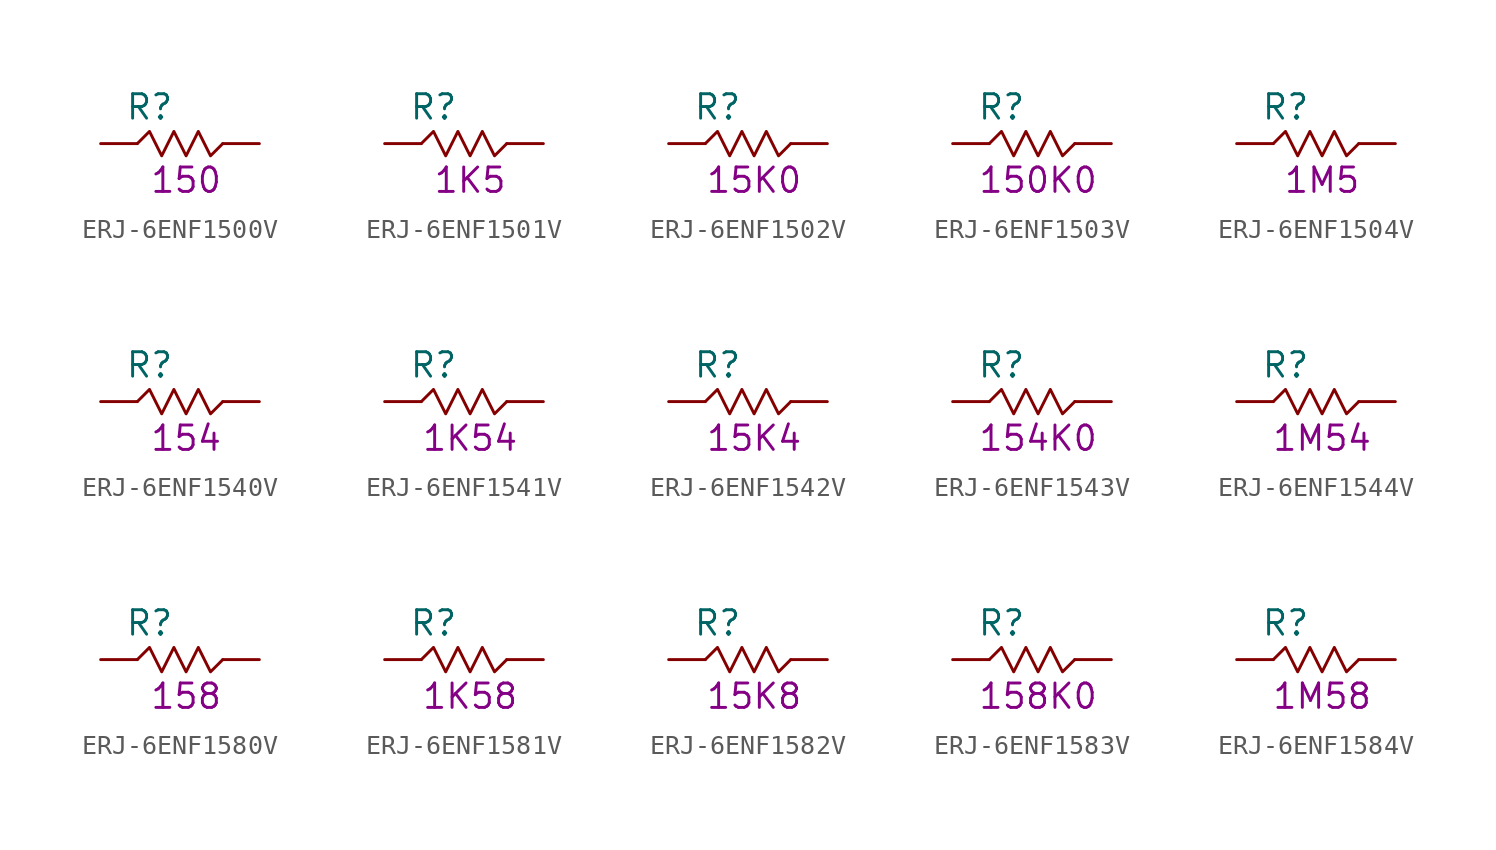
<source format=kicad_sym>
(kicad_symbol_lib
  (version 20211014)
  (generator KiCadLib_py)
  (symbol "ERJ-6ENF1500V"
    (pin_numbers hide)
    (pin_names hide)
    (property "Reference" "R"
      (at -1.905 1.905 0)
      (effects (font (size 1.27 1.27))))
    (property "Val" "150"
      (at 0 -1.905 0)
      (effects (font (size 1.27 1.27))))
    (symbol "ERJ-6ENF1500V_0_1"
      (polyline (pts (xy -2.54 0) (xy -1.905 0.635) (xy -1.27 -0.635) (xy -0.635 0.635) (xy 0 -0.635) (xy 0.635 0.635) (xy 1.27 -0.635) (xy 1.905 0)) (stroke (width 0) (type default) (color 0 0 0 0)) (fill (type none))))
    (symbol "ERJ-6ENF1500V_1_1"
      (pin passive line (at -4.445 0 0) (length 1.905) (name "~" (effects (font (size 1.27 1.27)))) (number "1" (effects (font (size 1.27 1.27)))))
      (pin passive line (at 3.81 0 180) (length 1.905) (name "~" (effects (font (size 1.27 1.27)))) (number "2" (effects (font (size 1.27 1.27)))))))
  (symbol "ERJ-6ENF1501V"
    (pin_numbers hide)
    (pin_names hide)
    (property "Reference" "R"
      (at -1.905 1.905 0)
      (effects (font (size 1.27 1.27))))
    (property "Val" "1K5"
      (at 0 -1.905 0)
      (effects (font (size 1.27 1.27))))
    (symbol "ERJ-6ENF1501V_0_1"
      (polyline (pts (xy -2.54 0) (xy -1.905 0.635) (xy -1.27 -0.635) (xy -0.635 0.635) (xy 0 -0.635) (xy 0.635 0.635) (xy 1.27 -0.635) (xy 1.905 0)) (stroke (width 0) (type default) (color 0 0 0 0)) (fill (type none))))
    (symbol "ERJ-6ENF1501V_1_1"
      (pin passive line (at -4.445 0 0) (length 1.905) (name "~" (effects (font (size 1.27 1.27)))) (number "1" (effects (font (size 1.27 1.27)))))
      (pin passive line (at 3.81 0 180) (length 1.905) (name "~" (effects (font (size 1.27 1.27)))) (number "2" (effects (font (size 1.27 1.27)))))))
  (symbol "ERJ-6ENF1502V"
    (pin_numbers hide)
    (pin_names hide)
    (property "Reference" "R"
      (at -1.905 1.905 0)
      (effects (font (size 1.27 1.27))))
    (property "Val" "15K0"
      (at 0 -1.905 0)
      (effects (font (size 1.27 1.27))))
    (symbol "ERJ-6ENF1502V_0_1"
      (polyline (pts (xy -2.54 0) (xy -1.905 0.635) (xy -1.27 -0.635) (xy -0.635 0.635) (xy 0 -0.635) (xy 0.635 0.635) (xy 1.27 -0.635) (xy 1.905 0)) (stroke (width 0) (type default) (color 0 0 0 0)) (fill (type none))))
    (symbol "ERJ-6ENF1502V_1_1"
      (pin passive line (at -4.445 0 0) (length 1.905) (name "~" (effects (font (size 1.27 1.27)))) (number "1" (effects (font (size 1.27 1.27)))))
      (pin passive line (at 3.81 0 180) (length 1.905) (name "~" (effects (font (size 1.27 1.27)))) (number "2" (effects (font (size 1.27 1.27)))))))
  (symbol "ERJ-6ENF1503V"
    (pin_numbers hide)
    (pin_names hide)
    (property "Reference" "R"
      (at -1.905 1.905 0)
      (effects (font (size 1.27 1.27))))
    (property "Val" "150K0"
      (at 0 -1.905 0)
      (effects (font (size 1.27 1.27))))
    (symbol "ERJ-6ENF1503V_0_1"
      (polyline (pts (xy -2.54 0) (xy -1.905 0.635) (xy -1.27 -0.635) (xy -0.635 0.635) (xy 0 -0.635) (xy 0.635 0.635) (xy 1.27 -0.635) (xy 1.905 0)) (stroke (width 0) (type default) (color 0 0 0 0)) (fill (type none))))
    (symbol "ERJ-6ENF1503V_1_1"
      (pin passive line (at -4.445 0 0) (length 1.905) (name "~" (effects (font (size 1.27 1.27)))) (number "1" (effects (font (size 1.27 1.27)))))
      (pin passive line (at 3.81 0 180) (length 1.905) (name "~" (effects (font (size 1.27 1.27)))) (number "2" (effects (font (size 1.27 1.27)))))))
  (symbol "ERJ-6ENF1504V"
    (pin_numbers hide)
    (pin_names hide)
    (property "Reference" "R"
      (at -1.905 1.905 0)
      (effects (font (size 1.27 1.27))))
    (property "Val" "1M5"
      (at 0 -1.905 0)
      (effects (font (size 1.27 1.27))))
    (symbol "ERJ-6ENF1504V_0_1"
      (polyline (pts (xy -2.54 0) (xy -1.905 0.635) (xy -1.27 -0.635) (xy -0.635 0.635) (xy 0 -0.635) (xy 0.635 0.635) (xy 1.27 -0.635) (xy 1.905 0)) (stroke (width 0) (type default) (color 0 0 0 0)) (fill (type none))))
    (symbol "ERJ-6ENF1504V_1_1"
      (pin passive line (at -4.445 0 0) (length 1.905) (name "~" (effects (font (size 1.27 1.27)))) (number "1" (effects (font (size 1.27 1.27)))))
      (pin passive line (at 3.81 0 180) (length 1.905) (name "~" (effects (font (size 1.27 1.27)))) (number "2" (effects (font (size 1.27 1.27)))))))
  (symbol "ERJ-6ENF1540V"
    (pin_numbers hide)
    (pin_names hide)
    (property "Reference" "R"
      (at -1.905 1.905 0)
      (effects (font (size 1.27 1.27))))
    (property "Val" "154"
      (at 0 -1.905 0)
      (effects (font (size 1.27 1.27))))
    (symbol "ERJ-6ENF1540V_0_1"
      (polyline (pts (xy -2.54 0) (xy -1.905 0.635) (xy -1.27 -0.635) (xy -0.635 0.635) (xy 0 -0.635) (xy 0.635 0.635) (xy 1.27 -0.635) (xy 1.905 0)) (stroke (width 0) (type default) (color 0 0 0 0)) (fill (type none))))
    (symbol "ERJ-6ENF1540V_1_1"
      (pin passive line (at -4.445 0 0) (length 1.905) (name "~" (effects (font (size 1.27 1.27)))) (number "1" (effects (font (size 1.27 1.27)))))
      (pin passive line (at 3.81 0 180) (length 1.905) (name "~" (effects (font (size 1.27 1.27)))) (number "2" (effects (font (size 1.27 1.27)))))))
  (symbol "ERJ-6ENF1541V"
    (pin_numbers hide)
    (pin_names hide)
    (property "Reference" "R"
      (at -1.905 1.905 0)
      (effects (font (size 1.27 1.27))))
    (property "Val" "1K54"
      (at 0 -1.905 0)
      (effects (font (size 1.27 1.27))))
    (symbol "ERJ-6ENF1541V_0_1"
      (polyline (pts (xy -2.54 0) (xy -1.905 0.635) (xy -1.27 -0.635) (xy -0.635 0.635) (xy 0 -0.635) (xy 0.635 0.635) (xy 1.27 -0.635) (xy 1.905 0)) (stroke (width 0) (type default) (color 0 0 0 0)) (fill (type none))))
    (symbol "ERJ-6ENF1541V_1_1"
      (pin passive line (at -4.445 0 0) (length 1.905) (name "~" (effects (font (size 1.27 1.27)))) (number "1" (effects (font (size 1.27 1.27)))))
      (pin passive line (at 3.81 0 180) (length 1.905) (name "~" (effects (font (size 1.27 1.27)))) (number "2" (effects (font (size 1.27 1.27)))))))
  (symbol "ERJ-6ENF1542V"
    (pin_numbers hide)
    (pin_names hide)
    (property "Reference" "R"
      (at -1.905 1.905 0)
      (effects (font (size 1.27 1.27))))
    (property "Val" "15K4"
      (at 0 -1.905 0)
      (effects (font (size 1.27 1.27))))
    (symbol "ERJ-6ENF1542V_0_1"
      (polyline (pts (xy -2.54 0) (xy -1.905 0.635) (xy -1.27 -0.635) (xy -0.635 0.635) (xy 0 -0.635) (xy 0.635 0.635) (xy 1.27 -0.635) (xy 1.905 0)) (stroke (width 0) (type default) (color 0 0 0 0)) (fill (type none))))
    (symbol "ERJ-6ENF1542V_1_1"
      (pin passive line (at -4.445 0 0) (length 1.905) (name "~" (effects (font (size 1.27 1.27)))) (number "1" (effects (font (size 1.27 1.27)))))
      (pin passive line (at 3.81 0 180) (length 1.905) (name "~" (effects (font (size 1.27 1.27)))) (number "2" (effects (font (size 1.27 1.27)))))))
  (symbol "ERJ-6ENF1543V"
    (pin_numbers hide)
    (pin_names hide)
    (property "Reference" "R"
      (at -1.905 1.905 0)
      (effects (font (size 1.27 1.27))))
    (property "Val" "154K0"
      (at 0 -1.905 0)
      (effects (font (size 1.27 1.27))))
    (symbol "ERJ-6ENF1543V_0_1"
      (polyline (pts (xy -2.54 0) (xy -1.905 0.635) (xy -1.27 -0.635) (xy -0.635 0.635) (xy 0 -0.635) (xy 0.635 0.635) (xy 1.27 -0.635) (xy 1.905 0)) (stroke (width 0) (type default) (color 0 0 0 0)) (fill (type none))))
    (symbol "ERJ-6ENF1543V_1_1"
      (pin passive line (at -4.445 0 0) (length 1.905) (name "~" (effects (font (size 1.27 1.27)))) (number "1" (effects (font (size 1.27 1.27)))))
      (pin passive line (at 3.81 0 180) (length 1.905) (name "~" (effects (font (size 1.27 1.27)))) (number "2" (effects (font (size 1.27 1.27)))))))
  (symbol "ERJ-6ENF1544V"
    (pin_numbers hide)
    (pin_names hide)
    (property "Reference" "R"
      (at -1.905 1.905 0)
      (effects (font (size 1.27 1.27))))
    (property "Val" "1M54"
      (at 0 -1.905 0)
      (effects (font (size 1.27 1.27))))
    (symbol "ERJ-6ENF1544V_0_1"
      (polyline (pts (xy -2.54 0) (xy -1.905 0.635) (xy -1.27 -0.635) (xy -0.635 0.635) (xy 0 -0.635) (xy 0.635 0.635) (xy 1.27 -0.635) (xy 1.905 0)) (stroke (width 0) (type default) (color 0 0 0 0)) (fill (type none))))
    (symbol "ERJ-6ENF1544V_1_1"
      (pin passive line (at -4.445 0 0) (length 1.905) (name "~" (effects (font (size 1.27 1.27)))) (number "1" (effects (font (size 1.27 1.27)))))
      (pin passive line (at 3.81 0 180) (length 1.905) (name "~" (effects (font (size 1.27 1.27)))) (number "2" (effects (font (size 1.27 1.27)))))))
  (symbol "ERJ-6ENF1580V"
    (pin_numbers hide)
    (pin_names hide)
    (property "Reference" "R"
      (at -1.905 1.905 0)
      (effects (font (size 1.27 1.27))))
    (property "Val" "158"
      (at 0 -1.905 0)
      (effects (font (size 1.27 1.27))))
    (symbol "ERJ-6ENF1580V_0_1"
      (polyline (pts (xy -2.54 0) (xy -1.905 0.635) (xy -1.27 -0.635) (xy -0.635 0.635) (xy 0 -0.635) (xy 0.635 0.635) (xy 1.27 -0.635) (xy 1.905 0)) (stroke (width 0) (type default) (color 0 0 0 0)) (fill (type none))))
    (symbol "ERJ-6ENF1580V_1_1"
      (pin passive line (at -4.445 0 0) (length 1.905) (name "~" (effects (font (size 1.27 1.27)))) (number "1" (effects (font (size 1.27 1.27)))))
      (pin passive line (at 3.81 0 180) (length 1.905) (name "~" (effects (font (size 1.27 1.27)))) (number "2" (effects (font (size 1.27 1.27)))))))
  (symbol "ERJ-6ENF1581V"
    (pin_numbers hide)
    (pin_names hide)
    (property "Reference" "R"
      (at -1.905 1.905 0)
      (effects (font (size 1.27 1.27))))
    (property "Val" "1K58"
      (at 0 -1.905 0)
      (effects (font (size 1.27 1.27))))
    (symbol "ERJ-6ENF1581V_0_1"
      (polyline (pts (xy -2.54 0) (xy -1.905 0.635) (xy -1.27 -0.635) (xy -0.635 0.635) (xy 0 -0.635) (xy 0.635 0.635) (xy 1.27 -0.635) (xy 1.905 0)) (stroke (width 0) (type default) (color 0 0 0 0)) (fill (type none))))
    (symbol "ERJ-6ENF1581V_1_1"
      (pin passive line (at -4.445 0 0) (length 1.905) (name "~" (effects (font (size 1.27 1.27)))) (number "1" (effects (font (size 1.27 1.27)))))
      (pin passive line (at 3.81 0 180) (length 1.905) (name "~" (effects (font (size 1.27 1.27)))) (number "2" (effects (font (size 1.27 1.27)))))))
  (symbol "ERJ-6ENF1582V"
    (pin_numbers hide)
    (pin_names hide)
    (property "Reference" "R"
      (at -1.905 1.905 0)
      (effects (font (size 1.27 1.27))))
    (property "Val" "15K8"
      (at 0 -1.905 0)
      (effects (font (size 1.27 1.27))))
    (symbol "ERJ-6ENF1582V_0_1"
      (polyline (pts (xy -2.54 0) (xy -1.905 0.635) (xy -1.27 -0.635) (xy -0.635 0.635) (xy 0 -0.635) (xy 0.635 0.635) (xy 1.27 -0.635) (xy 1.905 0)) (stroke (width 0) (type default) (color 0 0 0 0)) (fill (type none))))
    (symbol "ERJ-6ENF1582V_1_1"
      (pin passive line (at -4.445 0 0) (length 1.905) (name "~" (effects (font (size 1.27 1.27)))) (number "1" (effects (font (size 1.27 1.27)))))
      (pin passive line (at 3.81 0 180) (length 1.905) (name "~" (effects (font (size 1.27 1.27)))) (number "2" (effects (font (size 1.27 1.27)))))))
  (symbol "ERJ-6ENF1583V"
    (pin_numbers hide)
    (pin_names hide)
    (property "Reference" "R"
      (at -1.905 1.905 0)
      (effects (font (size 1.27 1.27))))
    (property "Val" "158K0"
      (at 0 -1.905 0)
      (effects (font (size 1.27 1.27))))
    (symbol "ERJ-6ENF1583V_0_1"
      (polyline (pts (xy -2.54 0) (xy -1.905 0.635) (xy -1.27 -0.635) (xy -0.635 0.635) (xy 0 -0.635) (xy 0.635 0.635) (xy 1.27 -0.635) (xy 1.905 0)) (stroke (width 0) (type default) (color 0 0 0 0)) (fill (type none))))
    (symbol "ERJ-6ENF1583V_1_1"
      (pin passive line (at -4.445 0 0) (length 1.905) (name "~" (effects (font (size 1.27 1.27)))) (number "1" (effects (font (size 1.27 1.27)))))
      (pin passive line (at 3.81 0 180) (length 1.905) (name "~" (effects (font (size 1.27 1.27)))) (number "2" (effects (font (size 1.27 1.27)))))))
  (symbol "ERJ-6ENF1584V"
    (pin_numbers hide)
    (pin_names hide)
    (property "Reference" "R"
      (at -1.905 1.905 0)
      (effects (font (size 1.27 1.27))))
    (property "Val" "1M58"
      (at 0 -1.905 0)
      (effects (font (size 1.27 1.27))))
    (symbol "ERJ-6ENF1584V_0_1"
      (polyline (pts (xy -2.54 0) (xy -1.905 0.635) (xy -1.27 -0.635) (xy -0.635 0.635) (xy 0 -0.635) (xy 0.635 0.635) (xy 1.27 -0.635) (xy 1.905 0)) (stroke (width 0) (type default) (color 0 0 0 0)) (fill (type none))))
    (symbol "ERJ-6ENF1584V_1_1"
      (pin passive line (at -4.445 0 0) (length 1.905) (name "~" (effects (font (size 1.27 1.27)))) (number "1" (effects (font (size 1.27 1.27)))))
      (pin passive line (at 3.81 0 180) (length 1.905) (name "~" (effects (font (size 1.27 1.27)))) (number "2" (effects (font (size 1.27 1.27))))))))
</source>
